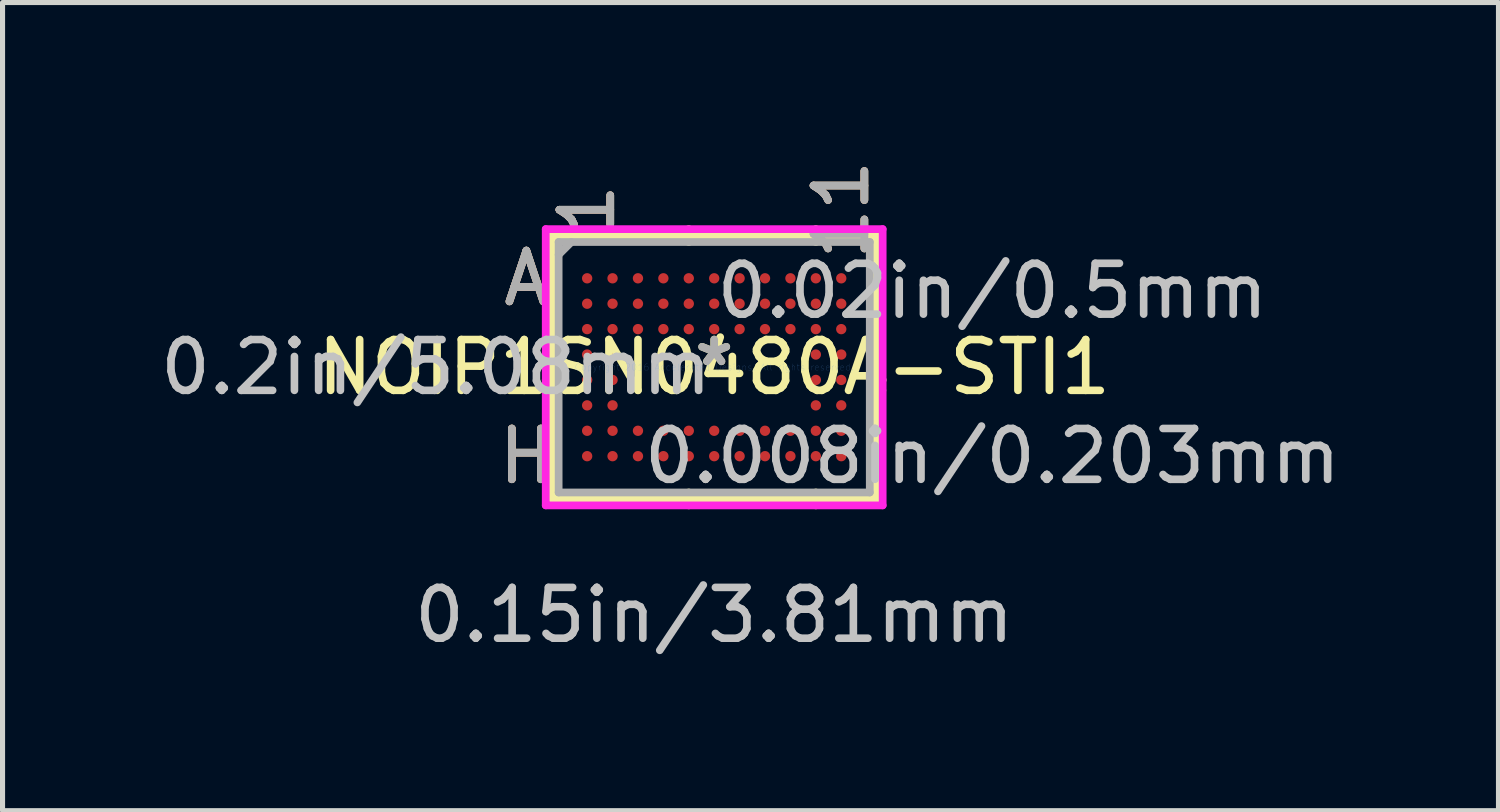
<source format=kicad_pcb>
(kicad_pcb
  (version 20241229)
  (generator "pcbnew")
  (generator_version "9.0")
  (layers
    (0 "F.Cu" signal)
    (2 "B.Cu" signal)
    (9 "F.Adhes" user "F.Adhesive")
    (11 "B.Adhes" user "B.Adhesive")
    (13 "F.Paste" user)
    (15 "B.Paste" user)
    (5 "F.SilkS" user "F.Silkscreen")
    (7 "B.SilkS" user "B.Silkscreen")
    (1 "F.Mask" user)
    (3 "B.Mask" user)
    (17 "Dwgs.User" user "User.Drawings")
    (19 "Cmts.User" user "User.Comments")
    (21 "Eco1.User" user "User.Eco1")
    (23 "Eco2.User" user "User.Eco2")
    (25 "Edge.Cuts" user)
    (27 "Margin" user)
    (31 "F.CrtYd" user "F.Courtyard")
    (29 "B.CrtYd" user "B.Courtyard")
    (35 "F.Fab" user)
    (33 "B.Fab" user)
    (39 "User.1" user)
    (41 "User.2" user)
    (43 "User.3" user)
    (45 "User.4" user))
  (footprint "NOIP1SN0480A-STI1"
    (layer "F.Cu")
    (at 11.003 4.176)
    (property "Reference" "NOIP1SN0480A-STI1" (at 0 0 0) (layer "F.SilkS") (effects (font (size 1 1) (thickness 0.15))))
    (attr through_hole)
    (fp_line (start -3.188 -2.591) (end -3.188 2.591) (stroke (width 0.152) (type solid)) (layer "F.SilkS"))
    (fp_line (start -3.188 2.591) (end 3.188 2.591) (stroke (width 0.152) (type solid)) (layer "F.SilkS"))
    (fp_line (start -3.061 0.25) (end -3.315 0.25) (stroke (width 0.152) (type solid)) (layer "F.SilkS"))
    (fp_line (start -0.5 -2.464) (end -0.5 -2.718) (stroke (width 0.152) (type solid)) (layer "F.SilkS"))
    (fp_line (start -0.5 2.464) (end -0.5 2.718) (stroke (width 0.152) (type solid)) (layer "F.SilkS"))
    (fp_line (start 2 -2.464) (end 2 -2.718) (stroke (width 0.152) (type solid)) (layer "F.SilkS"))
    (fp_line (start 2 2.464) (end 2 2.718) (stroke (width 0.152) (type solid)) (layer "F.SilkS"))
    (fp_line (start 3.061 0.25) (end 3.315 0.25) (stroke (width 0.152) (type solid)) (layer "F.SilkS"))
    (fp_line (start 3.188 -2.591) (end -3.188 -2.591) (stroke (width 0.152) (type solid)) (layer "F.SilkS"))
    (fp_line (start 3.188 2.591) (end 3.188 -2.591) (stroke (width 0.152) (type solid)) (layer "F.SilkS"))
    (fp_line (start -3.315 -2.718) (end 3.315 -2.718) (stroke (width 0.152) (type solid)) (layer "F.CrtYd"))
    (fp_line (start -3.315 2.718) (end -3.315 -2.718) (stroke (width 0.152) (type solid)) (layer "F.CrtYd"))
    (fp_line (start 3.315 -2.718) (end 3.315 2.718) (stroke (width 0.152) (type solid)) (layer "F.CrtYd"))
    (fp_line (start 3.315 2.718) (end -3.315 2.718) (stroke (width 0.152) (type solid)) (layer "F.CrtYd"))
    (fp_line (start -3.061 -2.464) (end -3.061 2.464) (stroke (width 0.152) (type solid)) (layer "F.Fab"))
    (fp_line (start -3.061 2.464) (end 3.061 2.464) (stroke (width 0.152) (type solid)) (layer "F.Fab"))
    (fp_line (start -2.811 -2.464) (end -3.061 -2.214) (stroke (width 0.152) (type solid)) (layer "F.Fab"))
    (fp_line (start 3.061 -2.464) (end -3.061 -2.464) (stroke (width 0.152) (type solid)) (layer "F.Fab"))
    (fp_line (start 3.061 2.464) (end 3.061 -2.464) (stroke (width 0.152) (type solid)) (layer "F.Fab"))
    (fp_text user "*" (at 0 0 0) (layer "F.SilkS") (effects (font (size 1 1) (thickness 0.15))))
    (fp_text user "H" (at -3.696 1.75 0) (layer "F.SilkS") (effects (font (size 1 1) (thickness 0.15))))
    (fp_text user "1" (at -2.5 -3.099 90) (layer "F.SilkS") (effects (font (size 1 1) (thickness 0.15))))
    (fp_text user "11" (at 2.5 -3.099 90) (layer "F.SilkS") (effects (font (size 1 1) (thickness 0.15))))
    (fp_text user "A" (at -3.696 -1.75 0) (layer "F.SilkS") (effects (font (size 1 1) (thickness 0.15))))
    (fp_text user "H" (at -3.696 1.75 0) (layer "B.SilkS") (effects (font (size 1 1) (thickness 0.15))))
    (fp_text user "A" (at -3.696 -1.75 0) (layer "B.SilkS") (effects (font (size 1 1) (thickness 0.15))))
    (fp_text user "11" (at 2.5 -3.099 90) (layer "B.SilkS") (effects (font (size 1 1) (thickness 0.15))))
    (fp_text user "1" (at -2.5 -3.099 90) (layer "B.SilkS") (effects (font (size 1 1) (thickness 0.15))))
    (fp_text user "0.008in/0.203mm" (at 5.474 1.75 0) (layer "Dwgs.User") (effects (font (size 1 1) (thickness 0.15))))
    (fp_text user "0.15in/3.81mm" (at 0 4.877 0) (layer "Dwgs.User") (effects (font (size 1 1) (thickness 0.15))))
    (fp_text user "0.2in/5.08mm" (at -5.474 0 0) (layer "Dwgs.User") (effects (font (size 1 1) (thickness 0.15))))
    (fp_text user "0.02in/0.5mm" (at 5.474 -1.5 0) (layer "Dwgs.User") (effects (font (size 1 1) (thickness 0.15))))
    (fp_text user "Copyright 2016 Accelerated Designs. All rights reserved." (at 0 0 0) (layer "Cmts.User") (effects (font (size 0.127 0.127) (thickness 0.002))))
    (fp_text user "A" (at -3.696 -1.75 0) (layer "F.Fab") (effects (font (size 1 1) (thickness 0.15))))
    (fp_text user "H" (at -3.696 1.75 0) (layer "F.Fab") (effects (font (size 1 1) (thickness 0.15))))
    (fp_text user "1" (at -2.5 -3.099 90) (layer "F.Fab") (effects (font (size 1 1) (thickness 0.15))))
    (fp_text user "*" (at 0 0 0) (layer "F.Fab") (effects (font (size 1 1) (thickness 0.15))))
    (fp_text user "11" (at 2.5 -3.099 90) (layer "F.Fab") (effects (font (size 1 1) (thickness 0.15))))
    (pad "A1" smd circle (at -2.5 -1.75) (size 0.203 0.203) (layers "F.Cu" "F.Mask" "F.Paste"))
    (pad "A2" smd circle (at -2 -1.75) (size 0.203 0.203) (layers "F.Cu" "F.Mask" "F.Paste"))
    (pad "A3" smd circle (at -1.5 -1.75) (size 0.203 0.203) (layers "F.Cu" "F.Mask" "F.Paste"))
    (pad "A4" smd circle (at -1 -1.75) (size 0.203 0.203) (layers "F.Cu" "F.Mask" "F.Paste"))
    (pad "A5" smd circle (at -0.5 -1.75) (size 0.203 0.203) (layers "F.Cu" "F.Mask" "F.Paste"))
    (pad "A6" smd circle (at 0 -1.75) (size 0.203 0.203) (layers "F.Cu" "F.Mask" "F.Paste"))
    (pad "A7" smd circle (at 0.5 -1.75) (size 0.203 0.203) (layers "F.Cu" "F.Mask" "F.Paste"))
    (pad "A8" smd circle (at 1 -1.75) (size 0.203 0.203) (layers "F.Cu" "F.Mask" "F.Paste"))
    (pad "A9" smd circle (at 1.5 -1.75) (size 0.203 0.203) (layers "F.Cu" "F.Mask" "F.Paste"))
    (pad "A10" smd circle (at 2 -1.75) (size 0.203 0.203) (layers "F.Cu" "F.Mask" "F.Paste"))
    (pad "A11" smd circle (at 2.5 -1.75) (size 0.203 0.203) (layers "F.Cu" "F.Mask" "F.Paste"))
    (pad "B1" smd circle (at -2.5 -1.25) (size 0.203 0.203) (layers "F.Cu" "F.Mask" "F.Paste"))
    (pad "B2" smd circle (at -2 -1.25) (size 0.203 0.203) (layers "F.Cu" "F.Mask" "F.Paste"))
    (pad "B3" smd circle (at -1.5 -1.25) (size 0.203 0.203) (layers "F.Cu" "F.Mask" "F.Paste"))
    (pad "B4" smd circle (at -1 -1.25) (size 0.203 0.203) (layers "F.Cu" "F.Mask" "F.Paste"))
    (pad "B5" smd circle (at -0.5 -1.25) (size 0.203 0.203) (layers "F.Cu" "F.Mask" "F.Paste"))
    (pad "B6" smd circle (at 0 -1.25) (size 0.203 0.203) (layers "F.Cu" "F.Mask" "F.Paste"))
    (pad "B7" smd circle (at 0.5 -1.25) (size 0.203 0.203) (layers "F.Cu" "F.Mask" "F.Paste"))
    (pad "B8" smd circle (at 1 -1.25) (size 0.203 0.203) (layers "F.Cu" "F.Mask" "F.Paste"))
    (pad "B9" smd circle (at 1.5 -1.25) (size 0.203 0.203) (layers "F.Cu" "F.Mask" "F.Paste"))
    (pad "B10" smd circle (at 2 -1.25) (size 0.203 0.203) (layers "F.Cu" "F.Mask" "F.Paste"))
    (pad "B11" smd circle (at 2.5 -1.25) (size 0.203 0.203) (layers "F.Cu" "F.Mask" "F.Paste"))
    (pad "C1" smd circle (at -2.5 -0.75) (size 0.203 0.203) (layers "F.Cu" "F.Mask" "F.Paste"))
    (pad "C2" smd circle (at -2 -0.75) (size 0.203 0.203) (layers "F.Cu" "F.Mask" "F.Paste"))
    (pad "C3" smd circle (at -1.5 -0.75) (size 0.203 0.203) (layers "F.Cu" "F.Mask" "F.Paste"))
    (pad "C4" smd circle (at -1 -0.75) (size 0.203 0.203) (layers "F.Cu" "F.Mask" "F.Paste"))
    (pad "C5" smd circle (at -0.5 -0.75) (size 0.203 0.203) (layers "F.Cu" "F.Mask" "F.Paste"))
    (pad "C6" smd circle (at 0 -0.75) (size 0.203 0.203) (layers "F.Cu" "F.Mask" "F.Paste"))
    (pad "C7" smd circle (at 0.5 -0.75) (size 0.203 0.203) (layers "F.Cu" "F.Mask" "F.Paste"))
    (pad "C8" smd circle (at 1 -0.75) (size 0.203 0.203) (layers "F.Cu" "F.Mask" "F.Paste"))
    (pad "C9" smd circle (at 1.5 -0.75) (size 0.203 0.203) (layers "F.Cu" "F.Mask" "F.Paste"))
    (pad "C10" smd circle (at 2 -0.75) (size 0.203 0.203) (layers "F.Cu" "F.Mask" "F.Paste"))
    (pad "C11" smd circle (at 2.5 -0.75) (size 0.203 0.203) (layers "F.Cu" "F.Mask" "F.Paste"))
    (pad "D1" smd circle (at -2.5 -0.25) (size 0.203 0.203) (layers "F.Cu" "F.Mask" "F.Paste"))
    (pad "D2" smd circle (at -2 -0.25) (size 0.203 0.203) (layers "F.Cu" "F.Mask" "F.Paste"))
    (pad "D10" smd circle (at 2 -0.25) (size 0.203 0.203) (layers "F.Cu" "F.Mask" "F.Paste"))
    (pad "D11" smd circle (at 2.5 -0.25) (size 0.203 0.203) (layers "F.Cu" "F.Mask" "F.Paste"))
    (pad "E1" smd circle (at -2.5 0.25) (size 0.203 0.203) (layers "F.Cu" "F.Mask" "F.Paste"))
    (pad "E2" smd circle (at -2 0.25) (size 0.203 0.203) (layers "F.Cu" "F.Mask" "F.Paste"))
    (pad "E10" smd circle (at 2 0.25) (size 0.203 0.203) (layers "F.Cu" "F.Mask" "F.Paste"))
    (pad "E11" smd circle (at 2.5 0.25) (size 0.203 0.203) (layers "F.Cu" "F.Mask" "F.Paste"))
    (pad "F1" smd circle (at -2.5 0.75) (size 0.203 0.203) (layers "F.Cu" "F.Mask" "F.Paste"))
    (pad "F2" smd circle (at -2 0.75) (size 0.203 0.203) (layers "F.Cu" "F.Mask" "F.Paste"))
    (pad "F10" smd circle (at 2 0.75) (size 0.203 0.203) (layers "F.Cu" "F.Mask" "F.Paste"))
    (pad "F11" smd circle (at 2.5 0.75) (size 0.203 0.203) (layers "F.Cu" "F.Mask" "F.Paste"))
    (pad "G1" smd circle (at -2.5 1.25) (size 0.203 0.203) (layers "F.Cu" "F.Mask" "F.Paste"))
    (pad "G2" smd circle (at -2 1.25) (size 0.203 0.203) (layers "F.Cu" "F.Mask" "F.Paste"))
    (pad "G3" smd circle (at -1.5 1.25) (size 0.203 0.203) (layers "F.Cu" "F.Mask" "F.Paste"))
    (pad "G4" smd circle (at -1 1.25) (size 0.203 0.203) (layers "F.Cu" "F.Mask" "F.Paste"))
    (pad "G5" smd circle (at -0.5 1.25) (size 0.203 0.203) (layers "F.Cu" "F.Mask" "F.Paste"))
    (pad "G6" smd circle (at 0 1.25) (size 0.203 0.203) (layers "F.Cu" "F.Mask" "F.Paste"))
    (pad "G7" smd circle (at 0.5 1.25) (size 0.203 0.203) (layers "F.Cu" "F.Mask" "F.Paste"))
    (pad "G8" smd circle (at 1 1.25) (size 0.203 0.203) (layers "F.Cu" "F.Mask" "F.Paste"))
    (pad "G9" smd circle (at 1.5 1.25) (size 0.203 0.203) (layers "F.Cu" "F.Mask" "F.Paste"))
    (pad "G10" smd circle (at 2 1.25) (size 0.203 0.203) (layers "F.Cu" "F.Mask" "F.Paste"))
    (pad "G11" smd circle (at 2.5 1.25) (size 0.203 0.203) (layers "F.Cu" "F.Mask" "F.Paste"))
    (pad "H1" smd circle (at -2.5 1.75) (size 0.203 0.203) (layers "F.Cu" "F.Mask" "F.Paste"))
    (pad "H2" smd circle (at -2 1.75) (size 0.203 0.203) (layers "F.Cu" "F.Mask" "F.Paste"))
    (pad "H3" smd circle (at -1.5 1.75) (size 0.203 0.203) (layers "F.Cu" "F.Mask" "F.Paste"))
    (pad "H4" smd circle (at -1 1.75) (size 0.203 0.203) (layers "F.Cu" "F.Mask" "F.Paste"))
    (pad "H5" smd circle (at -0.5 1.75) (size 0.203 0.203) (layers "F.Cu" "F.Mask" "F.Paste"))
    (pad "H6" smd circle (at 0 1.75) (size 0.203 0.203) (layers "F.Cu" "F.Mask" "F.Paste"))
    (pad "H7" smd circle (at 0.5 1.75) (size 0.203 0.203) (layers "F.Cu" "F.Mask" "F.Paste"))
    (pad "H8" smd circle (at 1 1.75) (size 0.203 0.203) (layers "F.Cu" "F.Mask" "F.Paste"))
    (pad "H9" smd circle (at 1.5 1.75) (size 0.203 0.203) (layers "F.Cu" "F.Mask" "F.Paste"))
    (pad "H10" smd circle (at 2 1.75) (size 0.203 0.203) (layers "F.Cu" "F.Mask" "F.Paste"))
    (pad "H11" smd circle (at 2.5 1.75) (size 0.203 0.203) (layers "F.Cu" "F.Mask" "F.Paste")))
  (gr_rect
    (start -3 -3)
    (end 26.435 12.901)
    (stroke (width 0.1) (type default))
    (fill no)
    (layer "Edge.Cuts")))
</source>
